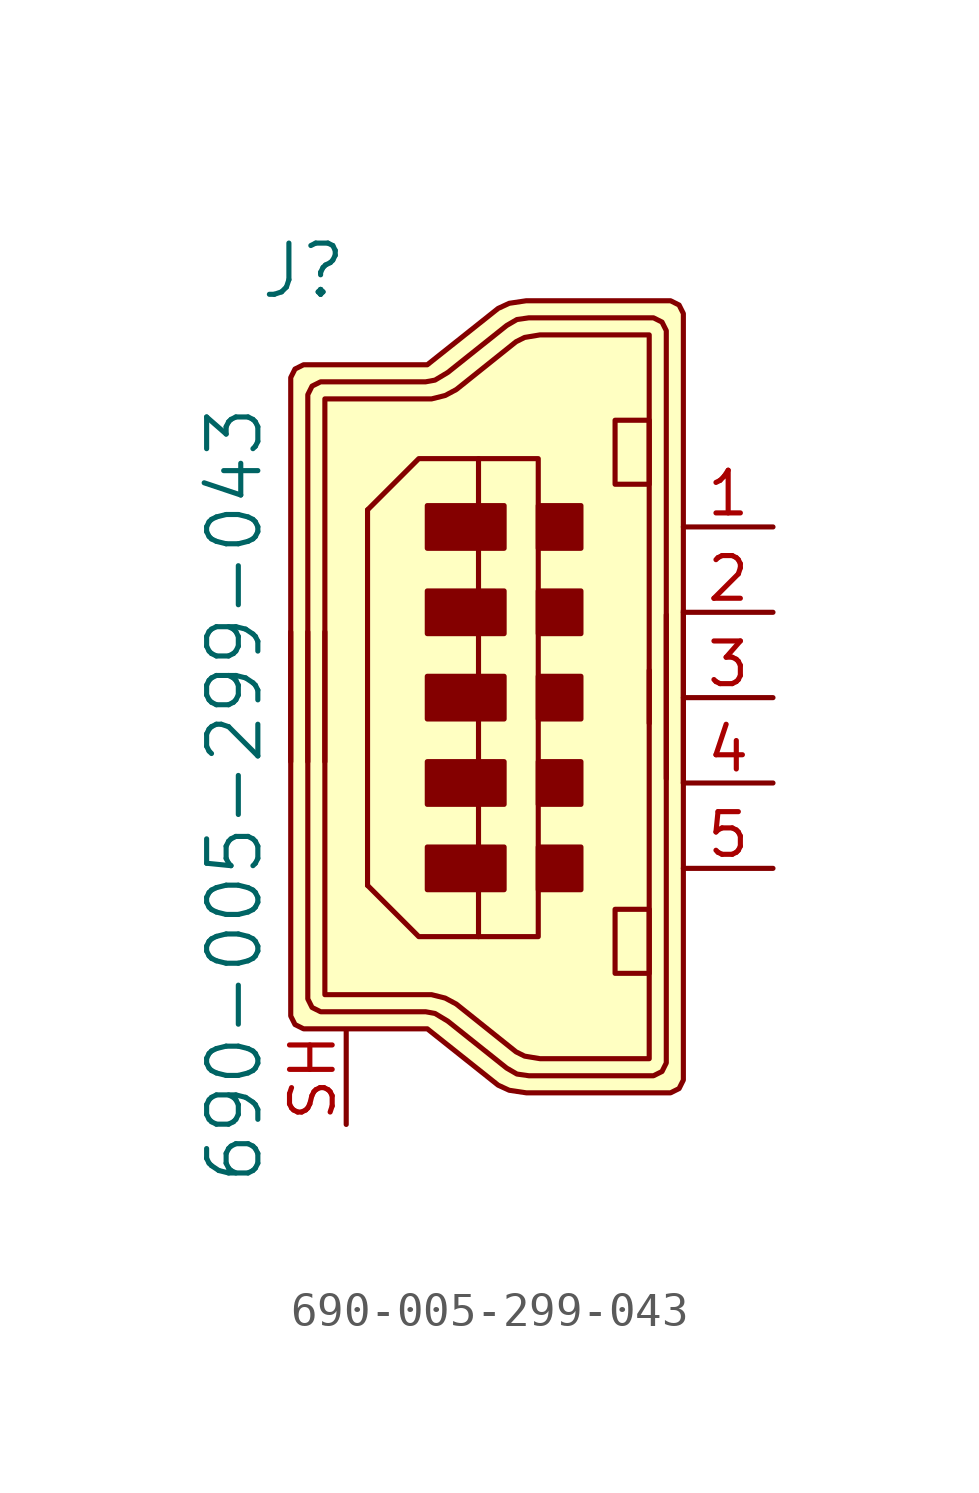
<source format=kicad_sym>
(kicad_symbol_lib
  (version 20220914)
  (generator kicad_symbol_editor)
  (symbol "690-005-299-043"
    (pin_names
      (offset 1.016))
    (property "Reference" "J"
      (at 8.89 30.48 0)
      (effects (font (size 1.524 1.524))))
    (property "Value" "690-005-299-043"
      (at 6.833 14.884 90)
      (effects (font (size 1.524 1.524))))
    (symbol "690-005-299-043_0_1"
      (polyline (pts (xy 10.795 23.368) (xy 10.795 12.192)) (stroke (width 0) (type default)) (fill (type none)))
      (polyline (pts (xy 10.795 12.192) (xy 12.319 10.668) (xy 14.097 10.668)) (stroke (width 0) (type default)) (fill (type none)))
      (polyline (pts (xy 10.795 23.368) (xy 12.319 24.892) (xy 14.097 24.892)) (stroke (width 0) (type default)) (fill (type none)))
      (polyline (pts (xy 19.177 17.018) (xy 19.177 28.575) (xy 15.926 28.575) (xy 15.469 28.499) (xy 15.215 28.372) (xy 13.437 26.949) (xy 13.106 26.772) (xy 12.7 26.67) (xy 9.525 26.67) (xy 9.525 15.875)) (stroke (width 0) (type default)) (fill (type none)))
      (polyline (pts (xy 19.177 18.593) (xy 19.177 7.036) (xy 15.926 7.036) (xy 15.469 7.112) (xy 15.215 7.239) (xy 13.437 8.661) (xy 13.106 8.839) (xy 12.7 8.941) (xy 9.525 8.941) (xy 9.525 19.736)) (stroke (width 0) (type default)) (fill (type none)))
      (polyline (pts (xy 20.193 15.24) (xy 20.193 28.956) (xy 20.193 29.21) (xy 20.066 29.464) (xy 19.812 29.591) (xy 19.558 29.591) (xy 15.519 29.591) (xy 15.011 29.515) (xy 14.681 29.362) (xy 12.573 27.686) (xy 9.144 27.686) (xy 8.89 27.686) (xy 8.636 27.559) (xy 8.509 27.305) (xy 8.509 27.051) (xy 8.509 15.875)) (stroke (width 0) (type default)) (fill (type background)))
      (polyline (pts (xy 20.193 20.371) (xy 20.193 6.655) (xy 20.193 6.401) (xy 20.066 6.147) (xy 19.812 6.02) (xy 19.558 6.02) (xy 15.519 6.02) (xy 15.011 6.096) (xy 14.681 6.248) (xy 12.573 7.925) (xy 9.144 7.925) (xy 8.89 7.925) (xy 8.636 8.052) (xy 8.509 8.306) (xy 8.509 8.56) (xy 8.509 19.736)) (stroke (width 0) (type default)) (fill (type background)))
      (polyline (pts (xy 19.685 15.367) (xy 19.685 28.448) (xy 19.685 28.702) (xy 19.558 28.956) (xy 19.304 29.083) (xy 19.05 29.083) (xy 15.596 29.083) (xy 15.24 29.032) (xy 14.935 28.854) (xy 13.183 27.457) (xy 12.802 27.229) (xy 12.522 27.178) (xy 9.652 27.178) (xy 9.398 27.178) (xy 9.144 27.051) (xy 9.017 26.797) (xy 9.017 26.543) (xy 9.017 15.875)) (stroke (width 0) (type default)) (fill (type none)))
      (polyline (pts (xy 19.685 20.244) (xy 19.685 7.163) (xy 19.685 6.909) (xy 19.558 6.655) (xy 19.304 6.528) (xy 19.05 6.528) (xy 15.596 6.528) (xy 15.24 6.579) (xy 14.935 6.756) (xy 13.183 8.153) (xy 12.802 8.382) (xy 12.522 8.433) (xy 9.652 8.433) (xy 9.398 8.433) (xy 9.144 8.56) (xy 9.017 8.814) (xy 9.017 9.068) (xy 9.017 19.736)) (stroke (width 0) (type default)) (fill (type none)))
      (rectangle (start 14.859 12.065) (end 12.573 13.335) (stroke (width 0) (type default)) (fill (type outline)))
      (rectangle (start 14.859 14.605) (end 12.573 15.875) (stroke (width 0) (type default)) (fill (type outline)))
      (rectangle (start 14.859 17.145) (end 12.573 18.415) (stroke (width 0) (type default)) (fill (type outline)))
      (rectangle (start 14.859 19.685) (end 12.573 20.955) (stroke (width 0) (type default)) (fill (type outline)))
      (rectangle (start 14.859 22.225) (end 12.573 23.495) (stroke (width 0) (type default)) (fill (type outline)))
      (rectangle (start 15.875 10.668) (end 14.097 24.892) (stroke (width 0) (type default)) (fill (type none)))
      (rectangle (start 17.145 13.335) (end 15.875 12.065) (stroke (width 0) (type default)) (fill (type outline)))
      (rectangle (start 17.145 15.875) (end 15.875 14.605) (stroke (width 0) (type default)) (fill (type outline)))
      (rectangle (start 17.145 18.415) (end 15.875 17.145) (stroke (width 0) (type default)) (fill (type outline)))
      (rectangle (start 17.145 20.955) (end 15.875 19.685) (stroke (width 0) (type default)) (fill (type outline)))
      (rectangle (start 17.145 23.495) (end 15.875 22.225) (stroke (width 0) (type default)) (fill (type outline)))
      (rectangle (start 18.161 9.576) (end 19.177 11.481) (stroke (width 0) (type default)) (fill (type none)))
      (rectangle (start 18.161 26.035) (end 19.177 24.13) (stroke (width 0) (type default)) (fill (type none))))
    (symbol "690-005-299-043_1_1"
      (pin passive line (at 22.86 22.86 180) (length 2.667) (name "~" (effects (font (size 1.27 1.27)))) (number "1" (effects (font (size 1.27 1.27)))))
      (pin passive line (at 22.86 20.32 180) (length 2.667) (name "~" (effects (font (size 1.27 1.27)))) (number "2" (effects (font (size 1.27 1.27)))))
      (pin passive line (at 22.86 17.78 180) (length 2.667) (name "~" (effects (font (size 1.27 1.27)))) (number "3" (effects (font (size 1.27 1.27)))))
      (pin passive line (at 22.86 15.24 180) (length 2.667) (name "~" (effects (font (size 1.27 1.27)))) (number "4" (effects (font (size 1.27 1.27)))))
      (pin passive line (at 22.86 12.7 180) (length 2.667) (name "~" (effects (font (size 1.27 1.27)))) (number "5" (effects (font (size 1.27 1.27)))))
      (pin passive line (at 10.16 5.08 90) (length 2.794) (name "~" (effects (font (size 1.27 1.27)))) (number "SH" (effects (font (size 1.27 1.27))))))))
</source>
